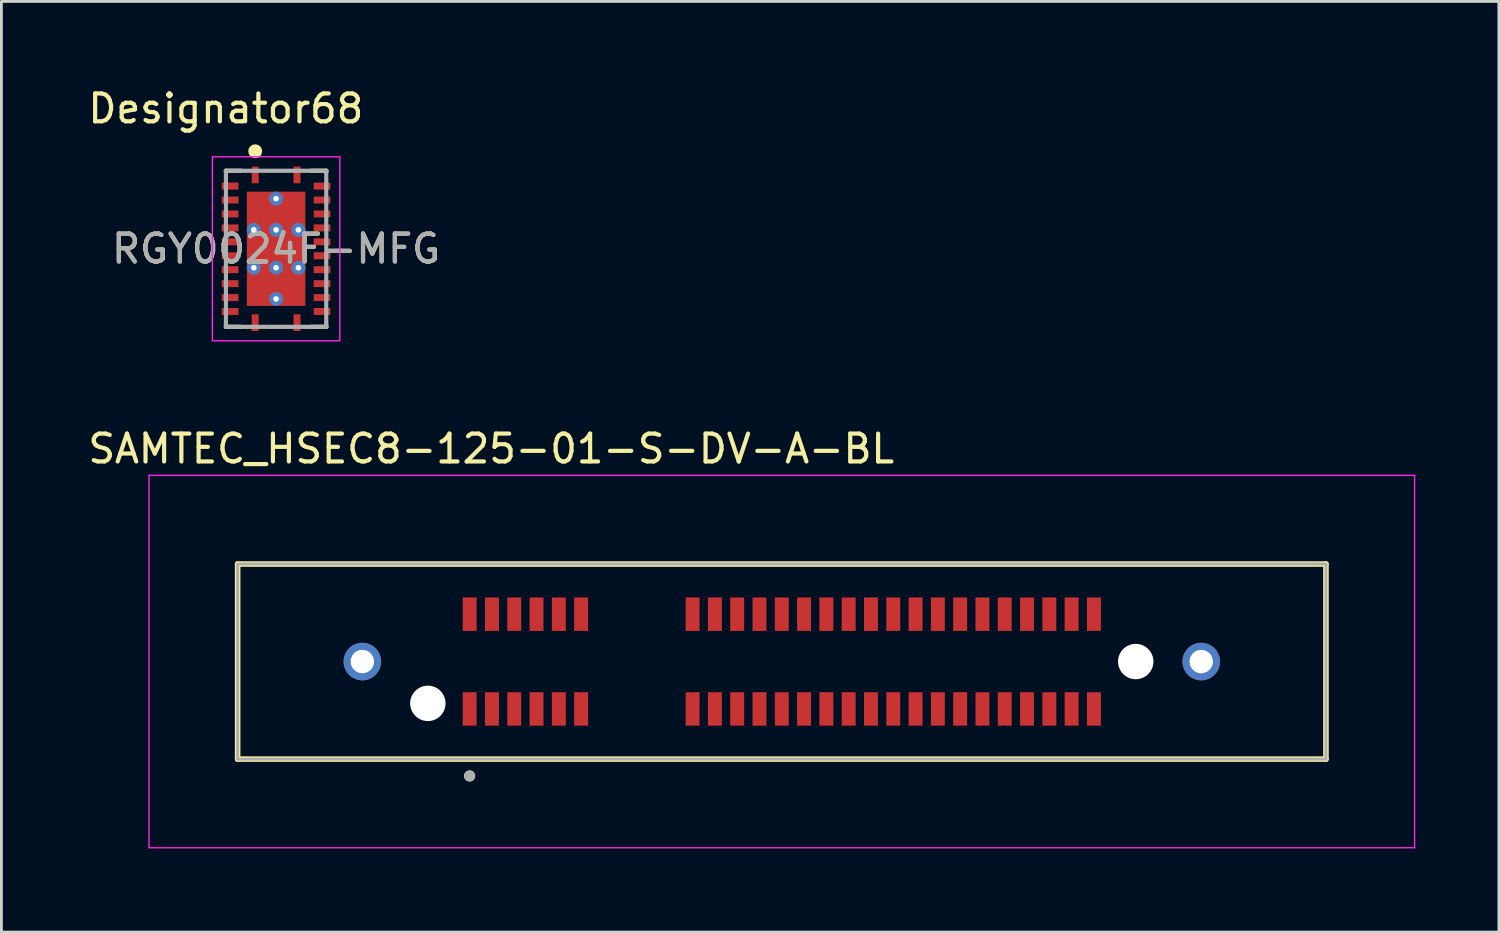
<source format=kicad_pcb>
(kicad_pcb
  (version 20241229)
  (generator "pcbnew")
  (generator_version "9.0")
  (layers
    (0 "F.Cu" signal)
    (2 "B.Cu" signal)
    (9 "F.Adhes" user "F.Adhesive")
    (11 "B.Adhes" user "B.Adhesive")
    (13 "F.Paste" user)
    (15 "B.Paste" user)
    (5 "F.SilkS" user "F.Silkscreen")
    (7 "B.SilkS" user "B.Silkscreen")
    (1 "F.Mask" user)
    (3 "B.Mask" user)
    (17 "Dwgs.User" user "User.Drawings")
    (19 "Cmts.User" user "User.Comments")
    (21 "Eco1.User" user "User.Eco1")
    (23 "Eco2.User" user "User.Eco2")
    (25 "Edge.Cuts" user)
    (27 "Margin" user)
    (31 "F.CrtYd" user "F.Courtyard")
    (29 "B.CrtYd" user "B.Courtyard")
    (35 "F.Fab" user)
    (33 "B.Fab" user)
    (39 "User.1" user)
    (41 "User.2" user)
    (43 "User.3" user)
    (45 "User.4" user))
  (footprint "RGY0024F-MFG"
    (layer "F.Cu")
    (at 6.857 5.877)
    (property "Reference" "RGY0024F-MFG" (at 0 0 0) (unlocked yes) (layer "F.SilkS") (effects (font (size 1 1) (thickness 0.15))))
    (attr smd)
    (fp_line (start -1.8 -2.8) (end -1.25 -2.8) (stroke (width 0.15) (type solid)) (layer "F.SilkS"))
    (fp_line (start -1.8 -2.75) (end -1.8 -2.8) (stroke (width 0.15) (type solid)) (layer "F.SilkS"))
    (fp_line (start -1.8 2.8) (end -1.8 2.75) (stroke (width 0.15) (type solid)) (layer "F.SilkS"))
    (fp_line (start -1.8 2.8) (end -1.25 2.8) (stroke (width 0.15) (type solid)) (layer "F.SilkS"))
    (fp_line (start 1.25 -2.8) (end 1.8 -2.8) (stroke (width 0.15) (type solid)) (layer "F.SilkS"))
    (fp_line (start 1.25 2.8) (end 1.8 2.8) (stroke (width 0.15) (type solid)) (layer "F.SilkS"))
    (fp_line (start 1.8 -2.75) (end 1.8 -2.8) (stroke (width 0.15) (type solid)) (layer "F.SilkS"))
    (fp_line (start 1.8 2.8) (end 1.8 2.75) (stroke (width 0.15) (type solid)) (layer "F.SilkS"))
    (fp_circle (center -0.75 -3.5) (end -0.625 -3.5) (stroke (width 0.25) (type solid)) (fill no) (layer "F.SilkS"))
    (fp_poly (pts (xy -0.99 1.94) (xy -1.04 1.89) (xy -1.04 0.83) (xy -0.99 0.78) (xy -0.15 0.78) (xy -0.1 0.83) (xy -0.1 1.89) (xy -0.15 1.94)) (stroke (width 0) (type solid)) (fill yes) (layer "F.Paste"))
    (fp_poly (pts (xy -0.15 0.58) (xy -0.99 0.58) (xy -1.04 0.53) (xy -1.04 -0.53) (xy -0.99 -0.58) (xy -0.15 -0.58) (xy -0.1 -0.53) (xy -0.1 0.53)) (stroke (width 0) (type solid)) (fill yes) (layer "F.Paste"))
    (fp_poly (pts (xy -0.1 -0.83) (xy -0.15 -0.78) (xy -0.99 -0.78) (xy -1.04 -0.83) (xy -1.04 -1.89) (xy -0.99 -1.94) (xy -0.15 -1.94) (xy -0.1 -1.89)) (stroke (width 0) (type solid)) (fill yes) (layer "F.Paste"))
    (fp_poly (pts (xy 0.1 -0.83) (xy 0.1 -1.89) (xy 0.15 -1.94) (xy 0.99 -1.94) (xy 1.04 -1.89) (xy 1.04 -0.83) (xy 0.99 -0.78) (xy 0.15 -0.78)) (stroke (width 0) (type solid)) (fill yes) (layer "F.Paste"))
    (fp_poly (pts (xy 0.1 0.83) (xy 0.15 0.78) (xy 0.99 0.78) (xy 1.04 0.83) (xy 1.04 1.89) (xy 0.99 1.94) (xy 0.15 1.94) (xy 0.1 1.89)) (stroke (width 0) (type solid)) (fill yes) (layer "F.Paste"))
    (fp_poly (pts (xy 1.04 0.53) (xy 0.99 0.58) (xy 0.15 0.58) (xy 0.1 0.53) (xy 0.1 -0.53) (xy 0.15 -0.58) (xy 0.99 -0.58) (xy 1.04 -0.53)) (stroke (width 0) (type solid)) (fill yes) (layer "F.Paste"))
    (fp_rect (start -2.286 -3.302) (end 2.286 3.302) (stroke (width 0.05) (type default)) (fill no) (layer "F.CrtYd"))
    (fp_line (start -1.8 -2.8) (end 1.8 -2.8) (stroke (width 0.15) (type solid)) (layer "F.Fab"))
    (fp_line (start -1.8 2.8) (end -1.8 -2.8) (stroke (width 0.15) (type solid)) (layer "F.Fab"))
    (fp_line (start -1.8 2.8) (end 1.8 2.8) (stroke (width 0.15) (type solid)) (layer "F.Fab"))
    (fp_line (start 1.8 2.8) (end 1.8 -2.8) (stroke (width 0.15) (type solid)) (layer "F.Fab"))
    (fp_text user "Designator68" (at -1.803 -5.029 0) (unlocked yes) (layer "F.SilkS") (effects (font (size 1 1) (thickness 0.15))))
    (fp_text user "${REFERENCE}" (at 0 0 0) (unlocked yes) (layer "F.Fab") (effects (font (size 1 1) (thickness 0.15))))
    (pad "1" smd rect (at -0.75 -2.65) (size 0.25 0.6) (layers "F.Cu" "F.Mask" "F.Paste"))
    (pad "2" smd rect (at -1.65 -2.25 90) (size 0.25 0.6) (layers "F.Cu" "F.Mask" "F.Paste"))
    (pad "3" smd rect (at -1.65 -1.75 90) (size 0.25 0.6) (layers "F.Cu" "F.Mask" "F.Paste"))
    (pad "4" smd rect (at -1.65 -1.25 90) (size 0.25 0.6) (layers "F.Cu" "F.Mask" "F.Paste"))
    (pad "5" smd rect (at -1.65 -0.75 90) (size 0.25 0.6) (layers "F.Cu" "F.Mask" "F.Paste"))
    (pad "6" smd rect (at -1.65 -0.25 90) (size 0.25 0.6) (layers "F.Cu" "F.Mask" "F.Paste"))
    (pad "7" smd rect (at -1.65 0.25 90) (size 0.25 0.6) (layers "F.Cu" "F.Mask" "F.Paste"))
    (pad "8" smd rect (at -1.65 0.75 90) (size 0.25 0.6) (layers "F.Cu" "F.Mask" "F.Paste"))
    (pad "9" smd rect (at -1.65 1.25 90) (size 0.25 0.6) (layers "F.Cu" "F.Mask" "F.Paste"))
    (pad "10" smd rect (at -1.65 1.75 90) (size 0.25 0.6) (layers "F.Cu" "F.Mask" "F.Paste"))
    (pad "11" smd rect (at -1.65 2.25 90) (size 0.25 0.6) (layers "F.Cu" "F.Mask" "F.Paste"))
    (pad "12" smd rect (at -0.75 2.65) (size 0.25 0.6) (layers "F.Cu" "F.Mask" "F.Paste"))
    (pad "13" smd rect (at 0.75 2.65) (size 0.25 0.6) (layers "F.Cu" "F.Mask" "F.Paste"))
    (pad "14" smd rect (at 1.65 2.25 90) (size 0.25 0.6) (layers "F.Cu" "F.Mask" "F.Paste"))
    (pad "15" smd rect (at 1.65 1.75 90) (size 0.25 0.6) (layers "F.Cu" "F.Mask" "F.Paste"))
    (pad "16" smd rect (at 1.65 1.25 90) (size 0.25 0.6) (layers "F.Cu" "F.Mask" "F.Paste"))
    (pad "17" smd rect (at 1.65 0.75 90) (size 0.25 0.6) (layers "F.Cu" "F.Mask" "F.Paste"))
    (pad "18" smd rect (at 1.65 0.25 90) (size 0.25 0.6) (layers "F.Cu" "F.Mask" "F.Paste"))
    (pad "19" smd rect (at 1.65 -0.25 90) (size 0.25 0.6) (layers "F.Cu" "F.Mask" "F.Paste"))
    (pad "20" smd rect (at 1.65 -0.75 90) (size 0.25 0.6) (layers "F.Cu" "F.Mask" "F.Paste"))
    (pad "21" smd rect (at 1.65 -1.25 90) (size 0.25 0.6) (layers "F.Cu" "F.Mask" "F.Paste"))
    (pad "22" smd rect (at 1.65 -1.75 90) (size 0.25 0.6) (layers "F.Cu" "F.Mask" "F.Paste"))
    (pad "23" smd rect (at 1.65 -2.25 90) (size 0.25 0.6) (layers "F.Cu" "F.Mask" "F.Paste"))
    (pad "24" smd rect (at 0.75 -2.65) (size 0.25 0.6) (layers "F.Cu" "F.Mask" "F.Paste"))
    (pad "25" smd rect (at 0 0) (size 2.1 4.1) (layers "F.Cu" "F.Mask"))
    (pad "26" thru_hole circle (at -0.8 -0.68) (size 0.5 0.5) (drill 0.203) (layers "*.Cu" "*.Mask"))
    (pad "27" thru_hole circle (at -0.8 0.68) (size 0.5 0.5) (drill 0.203) (layers "*.Cu" "*.Mask"))
    (pad "28" thru_hole circle (at 0.8 -0.68) (size 0.5 0.5) (drill 0.203) (layers "*.Cu" "*.Mask"))
    (pad "29" thru_hole circle (at 0.8 0.68) (size 0.5 0.5) (drill 0.203) (layers "*.Cu" "*.Mask"))
    (pad "30" thru_hole circle (at 0 -0.68) (size 0.5 0.5) (drill 0.203) (layers "*.Cu" "*.Mask"))
    (pad "31" thru_hole circle (at 0 0.68) (size 0.5 0.5) (drill 0.203) (layers "*.Cu" "*.Mask"))
    (pad "32" thru_hole circle (at 0 -1.8) (size 0.5 0.5) (drill 0.203) (layers "*.Cu" "*.Mask"))
    (pad "33" thru_hole circle (at 0 1.8) (size 0.5 0.5) (drill 0.203) (layers "*.Cu" "*.Mask")))
  (footprint "SAMTEC_HSEC8-125-01-S-DV-A-BL"
    (layer "F.Cu")
    (at 25.002 20.688)
    (property "Reference" "SAMTEC_HSEC8-125-01-S-DV-A-BL" (at -10.425 -7.635 0) (layer "F.SilkS") (effects (font (size 1 1) (thickness 0.15))))
    (attr smd)
    (fp_line (start -19.525 -3.5) (end 19.525 -3.5) (stroke (width 0.2) (type solid)) (layer "F.SilkS"))
    (fp_line (start -19.525 3.5) (end -19.525 -3.5) (stroke (width 0.2) (type solid)) (layer "F.SilkS"))
    (fp_line (start 19.525 -3.5) (end 19.525 3.5) (stroke (width 0.2) (type solid)) (layer "F.SilkS"))
    (fp_line (start 19.525 3.5) (end -19.525 3.5) (stroke (width 0.2) (type solid)) (layer "F.SilkS"))
    (fp_circle (center -11.2 4.105) (end -11.1 4.105) (stroke (width 0.2) (type solid)) (fill no) (layer "F.SilkS"))
    (fp_circle (center -15.05 0) (end -14.415 0) (stroke (width 1.27) (type solid)) (fill no) (layer "F.Paste"))
    (fp_circle (center 15.05 0) (end 15.685 0) (stroke (width 1.27) (type solid)) (fill no) (layer "F.Paste"))
    (fp_line (start -22.705 -6.68) (end 22.705 -6.68) (stroke (width 0.05) (type solid)) (layer "F.CrtYd"))
    (fp_line (start -22.705 6.68) (end -22.705 -6.68) (stroke (width 0.05) (type solid)) (layer "F.CrtYd"))
    (fp_line (start 22.705 -6.68) (end 22.705 6.68) (stroke (width 0.05) (type solid)) (layer "F.CrtYd"))
    (fp_line (start 22.705 6.68) (end -22.705 6.68) (stroke (width 0.05) (type solid)) (layer "F.CrtYd"))
    (fp_line (start -19.525 -3.5) (end 19.525 -3.5) (stroke (width 0.1) (type solid)) (layer "F.Fab"))
    (fp_line (start -19.525 3.5) (end -19.525 -3.5) (stroke (width 0.1) (type solid)) (layer "F.Fab"))
    (fp_line (start 19.525 -3.5) (end 19.525 3.5) (stroke (width 0.1) (type solid)) (layer "F.Fab"))
    (fp_line (start 19.525 3.5) (end -19.525 3.5) (stroke (width 0.1) (type solid)) (layer "F.Fab"))
    (fp_circle (center -11.2 4.105) (end -11.1 4.105) (stroke (width 0.2) (type solid)) (fill no) (layer "F.Fab"))
    (pad "" np_thru_hole circle (at -12.7 1.5) (size 1.27 1.27) (drill 1.27) (layers "*.Cu" "*.Mask"))
    (pad "" np_thru_hole circle (at 12.7 0) (size 1.27 1.27) (drill 1.27) (layers "*.Cu" "*.Mask"))
    (pad "01" smd rect (at -11.2 1.7) (size 0.5 1.2) (layers "F.Cu" "F.Mask" "F.Paste"))
    (pad "02" smd rect (at -11.2 -1.7) (size 0.5 1.2) (layers "F.Cu" "F.Mask" "F.Paste"))
    (pad "03" smd rect (at -10.4 1.7) (size 0.5 1.2) (layers "F.Cu" "F.Mask" "F.Paste"))
    (pad "04" smd rect (at -10.4 -1.7) (size 0.5 1.2) (layers "F.Cu" "F.Mask" "F.Paste"))
    (pad "05" smd rect (at -9.6 1.7) (size 0.5 1.2) (layers "F.Cu" "F.Mask" "F.Paste"))
    (pad "06" smd rect (at -9.6 -1.7) (size 0.5 1.2) (layers "F.Cu" "F.Mask" "F.Paste"))
    (pad "07" smd rect (at -8.8 1.7) (size 0.5 1.2) (layers "F.Cu" "F.Mask" "F.Paste"))
    (pad "08" smd rect (at -8.8 -1.7) (size 0.5 1.2) (layers "F.Cu" "F.Mask" "F.Paste"))
    (pad "09" smd rect (at -8 1.7) (size 0.5 1.2) (layers "F.Cu" "F.Mask" "F.Paste"))
    (pad "10" smd rect (at -8 -1.7) (size 0.5 1.2) (layers "F.Cu" "F.Mask" "F.Paste"))
    (pad "11" smd rect (at -7.2 1.7) (size 0.5 1.2) (layers "F.Cu" "F.Mask" "F.Paste"))
    (pad "12" smd rect (at -7.2 -1.7) (size 0.5 1.2) (layers "F.Cu" "F.Mask" "F.Paste"))
    (pad "13" smd rect (at -3.2 1.7) (size 0.5 1.2) (layers "F.Cu" "F.Mask" "F.Paste"))
    (pad "14" smd rect (at -3.2 -1.7) (size 0.5 1.2) (layers "F.Cu" "F.Mask" "F.Paste"))
    (pad "15" smd rect (at -2.4 1.7) (size 0.5 1.2) (layers "F.Cu" "F.Mask" "F.Paste"))
    (pad "16" smd rect (at -2.4 -1.7) (size 0.5 1.2) (layers "F.Cu" "F.Mask" "F.Paste"))
    (pad "17" smd rect (at -1.6 1.7) (size 0.5 1.2) (layers "F.Cu" "F.Mask" "F.Paste"))
    (pad "18" smd rect (at -1.6 -1.7) (size 0.5 1.2) (layers "F.Cu" "F.Mask" "F.Paste"))
    (pad "19" smd rect (at -0.8 1.7) (size 0.5 1.2) (layers "F.Cu" "F.Mask" "F.Paste"))
    (pad "20" smd rect (at -0.8 -1.7) (size 0.5 1.2) (layers "F.Cu" "F.Mask" "F.Paste"))
    (pad "21" smd rect (at 0 1.7) (size 0.5 1.2) (layers "F.Cu" "F.Mask" "F.Paste"))
    (pad "22" smd rect (at 0 -1.7) (size 0.5 1.2) (layers "F.Cu" "F.Mask" "F.Paste"))
    (pad "23" smd rect (at 0.8 1.7) (size 0.5 1.2) (layers "F.Cu" "F.Mask" "F.Paste"))
    (pad "24" smd rect (at 0.8 -1.7) (size 0.5 1.2) (layers "F.Cu" "F.Mask" "F.Paste"))
    (pad "25" smd rect (at 1.6 1.7) (size 0.5 1.2) (layers "F.Cu" "F.Mask" "F.Paste"))
    (pad "26" smd rect (at 1.6 -1.7) (size 0.5 1.2) (layers "F.Cu" "F.Mask" "F.Paste"))
    (pad "27" smd rect (at 2.4 1.7) (size 0.5 1.2) (layers "F.Cu" "F.Mask" "F.Paste"))
    (pad "28" smd rect (at 2.4 -1.7) (size 0.5 1.2) (layers "F.Cu" "F.Mask" "F.Paste"))
    (pad "29" smd rect (at 3.2 1.7) (size 0.5 1.2) (layers "F.Cu" "F.Mask" "F.Paste"))
    (pad "30" smd rect (at 3.2 -1.7) (size 0.5 1.2) (layers "F.Cu" "F.Mask" "F.Paste"))
    (pad "31" smd rect (at 4 1.7) (size 0.5 1.2) (layers "F.Cu" "F.Mask" "F.Paste"))
    (pad "32" smd rect (at 4 -1.7) (size 0.5 1.2) (layers "F.Cu" "F.Mask" "F.Paste"))
    (pad "33" smd rect (at 4.8 1.7) (size 0.5 1.2) (layers "F.Cu" "F.Mask" "F.Paste"))
    (pad "34" smd rect (at 4.8 -1.7) (size 0.5 1.2) (layers "F.Cu" "F.Mask" "F.Paste"))
    (pad "35" smd rect (at 5.6 1.7) (size 0.5 1.2) (layers "F.Cu" "F.Mask" "F.Paste"))
    (pad "36" smd rect (at 5.6 -1.7) (size 0.5 1.2) (layers "F.Cu" "F.Mask" "F.Paste"))
    (pad "37" smd rect (at 6.4 1.7) (size 0.5 1.2) (layers "F.Cu" "F.Mask" "F.Paste"))
    (pad "38" smd rect (at 6.4 -1.7) (size 0.5 1.2) (layers "F.Cu" "F.Mask" "F.Paste"))
    (pad "39" smd rect (at 7.2 1.7) (size 0.5 1.2) (layers "F.Cu" "F.Mask" "F.Paste"))
    (pad "40" smd rect (at 7.2 -1.7) (size 0.5 1.2) (layers "F.Cu" "F.Mask" "F.Paste"))
    (pad "41" smd rect (at 8 1.7) (size 0.5 1.2) (layers "F.Cu" "F.Mask" "F.Paste"))
    (pad "42" smd rect (at 8 -1.7) (size 0.5 1.2) (layers "F.Cu" "F.Mask" "F.Paste"))
    (pad "43" smd rect (at 8.8 1.7) (size 0.5 1.2) (layers "F.Cu" "F.Mask" "F.Paste"))
    (pad "44" smd rect (at 8.8 -1.7) (size 0.5 1.2) (layers "F.Cu" "F.Mask" "F.Paste"))
    (pad "45" smd rect (at 9.6 1.7) (size 0.5 1.2) (layers "F.Cu" "F.Mask" "F.Paste"))
    (pad "46" smd rect (at 9.6 -1.7) (size 0.5 1.2) (layers "F.Cu" "F.Mask" "F.Paste"))
    (pad "47" smd rect (at 10.4 1.7) (size 0.5 1.2) (layers "F.Cu" "F.Mask" "F.Paste"))
    (pad "48" smd rect (at 10.4 -1.7) (size 0.5 1.2) (layers "F.Cu" "F.Mask" "F.Paste"))
    (pad "49" smd rect (at 11.2 1.7) (size 0.5 1.2) (layers "F.Cu" "F.Mask" "F.Paste"))
    (pad "50" smd rect (at 11.2 -1.7) (size 0.5 1.2) (layers "F.Cu" "F.Mask" "F.Paste"))
    (pad "S1" thru_hole circle (at -15.05 0) (size 1.348 1.348) (drill 0.84) (layers "*.Cu" "*.Mask"))
    (pad "S2" thru_hole circle (at 15.05 0) (size 1.348 1.348) (drill 0.84) (layers "*.Cu" "*.Mask")))
  (gr_rect
    (start -3 -3)
    (end 50.732 30.393)
    (stroke (width 0.1) (type default))
    (fill no)
    (layer "Edge.Cuts")))
</source>
